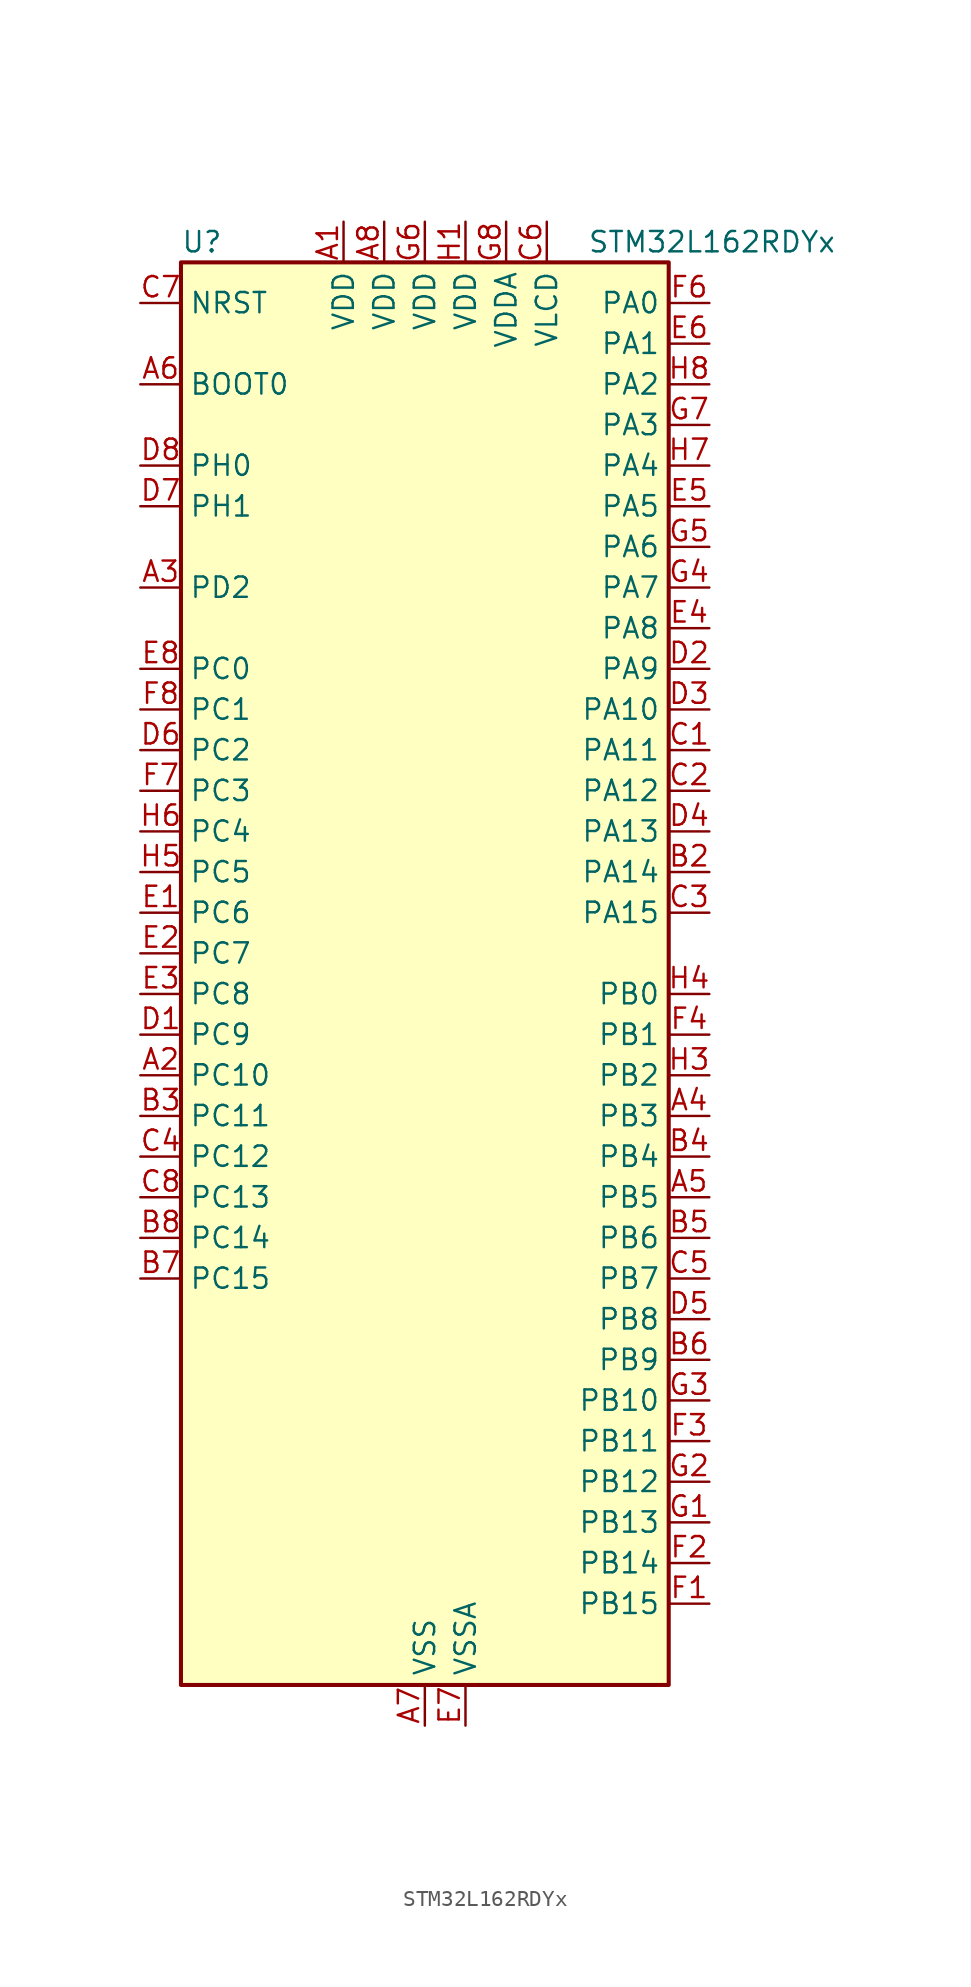
<source format=kicad_sym>
(kicad_symbol_lib
  (version 20231120)
  (generator "kicad-library-utils")
  (generator_version "8.0")
  (symbol "STM32L162RDYx"
    (property "Reference" "U"
      (at -15.24 46.99 0)
      (effects (font (size 1.27 1.27)) (justify left)))
    (property "Value" "STM32L162RDYx"
      (at 10.16 46.99 0)
      (effects (font (size 1.27 1.27)) (justify left)))
    (symbol "STM32L162RDYx_0_1"
      (rectangle (start -15.24 -43.18) (end 15.24 45.72) (stroke (width 0.254) (type default)) (fill (type background))))
    (symbol "STM32L162RDYx_1_1"
      (pin power_in line (at -5.08 48.26 270) (length 2.54) (name "VDD" (effects (font (size 1.27 1.27)))) (number "A1" (effects (font (size 1.27 1.27)))))
      (pin bidirectional line (at -17.78 -5.08 0) (length 2.54) (name "PC10" (effects (font (size 1.27 1.27)))) (number "A2" (effects (font (size 1.27 1.27)))) (alternate "I2S3_CK" bidirectional line) (alternate "LCD_COM4" bidirectional line) (alternate "LCD_SEG28" bidirectional line) (alternate "LCD_SEG40" bidirectional line) (alternate "SDIO_D2" bidirectional line) (alternate "SPI3_SCK" bidirectional line) (alternate "TIMX_IC3" bidirectional line) (alternate "UART4_TX" bidirectional line) (alternate "USART3_TX" bidirectional line))
      (pin bidirectional line (at -17.78 25.4 0) (length 2.54) (name "PD2" (effects (font (size 1.27 1.27)))) (number "A3" (effects (font (size 1.27 1.27)))) (alternate "LCD_COM7" bidirectional line) (alternate "LCD_SEG31" bidirectional line) (alternate "LCD_SEG43" bidirectional line) (alternate "SDIO_CMD" bidirectional line) (alternate "TIM3_ETR" bidirectional line) (alternate "TIMX_IC3" bidirectional line) (alternate "UART5_RX" bidirectional line))
      (pin bidirectional line (at 17.78 -7.62 180) (length 2.54) (name "PB3" (effects (font (size 1.27 1.27)))) (number "A4" (effects (font (size 1.27 1.27)))) (alternate "COMP2_INM" bidirectional line) (alternate "I2S3_CK" bidirectional line) (alternate "LCD_SEG7" bidirectional line) (alternate "SPI1_SCK" bidirectional line) (alternate "SPI3_SCK" bidirectional line) (alternate "SYS_JTDO-TRACESWO" bidirectional line) (alternate "TIM2_CH2" bidirectional line))
      (pin bidirectional line (at 17.78 -12.7 180) (length 2.54) (name "PB5" (effects (font (size 1.27 1.27)))) (number "A5" (effects (font (size 1.27 1.27)))) (alternate "COMP2_INP" bidirectional line) (alternate "I2C1_SMBA" bidirectional line) (alternate "I2S3_SD" bidirectional line) (alternate "LCD_SEG9" bidirectional line) (alternate "SPI1_MOSI" bidirectional line) (alternate "SPI3_MOSI" bidirectional line) (alternate "TIM3_CH2" bidirectional line) (alternate "TS_G6_IO2" bidirectional line))
      (pin input line (at -17.78 38.1 0) (length 2.54) (name "BOOT0" (effects (font (size 1.27 1.27)))) (number "A6" (effects (font (size 1.27 1.27)))))
      (pin power_in line (at 0 -45.72 90) (length 2.54) (name "VSS" (effects (font (size 1.27 1.27)))) (number "A7" (effects (font (size 1.27 1.27)))))
      (pin power_in line (at -2.54 48.26 270) (length 2.54) (name "VDD" (effects (font (size 1.27 1.27)))) (number "A8" (effects (font (size 1.27 1.27)))))
      (pin passive line (at 0 -45.72 90) (length 2.54) hide (name "VSS" (effects (font (size 1.27 1.27)))) (number "B1" (effects (font (size 1.27 1.27)))))
      (pin bidirectional line (at 17.78 7.62 180) (length 2.54) (name "PA14" (effects (font (size 1.27 1.27)))) (number "B2" (effects (font (size 1.27 1.27)))) (alternate "SYS_JTCK-SWCLK" bidirectional line) (alternate "TIMX_IC3" bidirectional line) (alternate "TS_G5_IO2" bidirectional line))
      (pin bidirectional line (at -17.78 -7.62 0) (length 2.54) (name "PC11" (effects (font (size 1.27 1.27)))) (number "B3" (effects (font (size 1.27 1.27)))) (alternate "ADC_EXTI11" bidirectional line) (alternate "LCD_COM5" bidirectional line) (alternate "LCD_SEG29" bidirectional line) (alternate "LCD_SEG41" bidirectional line) (alternate "SDIO_D3" bidirectional line) (alternate "SPI3_MISO" bidirectional line) (alternate "TIMX_IC4" bidirectional line) (alternate "UART4_RX" bidirectional line) (alternate "USART3_RX" bidirectional line))
      (pin bidirectional line (at 17.78 -10.16 180) (length 2.54) (name "PB4" (effects (font (size 1.27 1.27)))) (number "B4" (effects (font (size 1.27 1.27)))) (alternate "COMP2_INP" bidirectional line) (alternate "LCD_SEG8" bidirectional line) (alternate "SPI1_MISO" bidirectional line) (alternate "SPI3_MISO" bidirectional line) (alternate "SYS_JTRST" bidirectional line) (alternate "TIM3_CH1" bidirectional line) (alternate "TS_G6_IO1" bidirectional line))
      (pin bidirectional line (at 17.78 -15.24 180) (length 2.54) (name "PB6" (effects (font (size 1.27 1.27)))) (number "B5" (effects (font (size 1.27 1.27)))) (alternate "COMP2_INP" bidirectional line) (alternate "I2C1_SCL" bidirectional line) (alternate "TIM4_CH1" bidirectional line) (alternate "TS_G6_IO3" bidirectional line) (alternate "USART1_TX" bidirectional line))
      (pin bidirectional line (at 17.78 -22.86 180) (length 2.54) (name "PB9" (effects (font (size 1.27 1.27)))) (number "B6" (effects (font (size 1.27 1.27)))) (alternate "DAC_EXTI9" bidirectional line) (alternate "I2C1_SDA" bidirectional line) (alternate "LCD_COM3" bidirectional line) (alternate "SDIO_D5" bidirectional line) (alternate "TIM11_CH1" bidirectional line) (alternate "TIM4_CH4" bidirectional line))
      (pin bidirectional line (at -17.78 -17.78 0) (length 2.54) (name "PC15" (effects (font (size 1.27 1.27)))) (number "B7" (effects (font (size 1.27 1.27)))) (alternate "ADC_EXTI15" bidirectional line) (alternate "RCC_OSC32_OUT" bidirectional line) (alternate "TIMX_IC4" bidirectional line))
      (pin bidirectional line (at -17.78 -15.24 0) (length 2.54) (name "PC14" (effects (font (size 1.27 1.27)))) (number "B8" (effects (font (size 1.27 1.27)))) (alternate "RCC_OSC32_IN" bidirectional line) (alternate "TIMX_IC3" bidirectional line))
      (pin bidirectional line (at 17.78 15.24 180) (length 2.54) (name "PA11" (effects (font (size 1.27 1.27)))) (number "C1" (effects (font (size 1.27 1.27)))) (alternate "ADC_EXTI11" bidirectional line) (alternate "SPI1_MISO" bidirectional line) (alternate "TIMX_IC4" bidirectional line) (alternate "USART1_CTS" bidirectional line) (alternate "USB_DM" bidirectional line))
      (pin bidirectional line (at 17.78 12.7 180) (length 2.54) (name "PA12" (effects (font (size 1.27 1.27)))) (number "C2" (effects (font (size 1.27 1.27)))) (alternate "SPI1_MOSI" bidirectional line) (alternate "TIMX_IC1" bidirectional line) (alternate "USART1_RTS" bidirectional line) (alternate "USB_DP" bidirectional line))
      (pin bidirectional line (at 17.78 5.08 180) (length 2.54) (name "PA15" (effects (font (size 1.27 1.27)))) (number "C3" (effects (font (size 1.27 1.27)))) (alternate "ADC_EXTI15" bidirectional line) (alternate "I2S3_WS" bidirectional line) (alternate "LCD_SEG17" bidirectional line) (alternate "SPI1_NSS" bidirectional line) (alternate "SPI3_NSS" bidirectional line) (alternate "SYS_JTDI" bidirectional line) (alternate "TIM2_CH1" bidirectional line) (alternate "TIM2_ETR" bidirectional line) (alternate "TIMX_IC4" bidirectional line) (alternate "TS_G5_IO3" bidirectional line))
      (pin bidirectional line (at -17.78 -10.16 0) (length 2.54) (name "PC12" (effects (font (size 1.27 1.27)))) (number "C4" (effects (font (size 1.27 1.27)))) (alternate "I2S3_SD" bidirectional line) (alternate "LCD_COM6" bidirectional line) (alternate "LCD_SEG30" bidirectional line) (alternate "LCD_SEG42" bidirectional line) (alternate "SDIO_CK" bidirectional line) (alternate "SPI3_MOSI" bidirectional line) (alternate "TIMX_IC1" bidirectional line) (alternate "UART5_TX" bidirectional line) (alternate "USART3_CK" bidirectional line))
      (pin bidirectional line (at 17.78 -17.78 180) (length 2.54) (name "PB7" (effects (font (size 1.27 1.27)))) (number "C5" (effects (font (size 1.27 1.27)))) (alternate "COMP2_INP" bidirectional line) (alternate "I2C1_SDA" bidirectional line) (alternate "SYS_PVD_IN" bidirectional line) (alternate "TIM4_CH2" bidirectional line) (alternate "TS_G6_IO4" bidirectional line) (alternate "USART1_RX" bidirectional line))
      (pin power_in line (at 7.62 48.26 270) (length 2.54) (name "VLCD" (effects (font (size 1.27 1.27)))) (number "C6" (effects (font (size 1.27 1.27)))))
      (pin input line (at -17.78 43.18 0) (length 2.54) (name "NRST" (effects (font (size 1.27 1.27)))) (number "C7" (effects (font (size 1.27 1.27)))))
      (pin bidirectional line (at -17.78 -12.7 0) (length 2.54) (name "PC13" (effects (font (size 1.27 1.27)))) (number "C8" (effects (font (size 1.27 1.27)))) (alternate "RTC_OUT_ALARM" bidirectional line) (alternate "RTC_OUT_CALIB" bidirectional line) (alternate "RTC_TAMP1" bidirectional line) (alternate "RTC_TS" bidirectional line) (alternate "SYS_WKUP2" bidirectional line) (alternate "TIMX_IC2" bidirectional line))
      (pin bidirectional line (at -17.78 -2.54 0) (length 2.54) (name "PC9" (effects (font (size 1.27 1.27)))) (number "D1" (effects (font (size 1.27 1.27)))) (alternate "DAC_EXTI9" bidirectional line) (alternate "LCD_SEG27" bidirectional line) (alternate "SDIO_D1" bidirectional line) (alternate "TIM3_CH4" bidirectional line) (alternate "TIMX_IC2" bidirectional line) (alternate "TS_G10_IO4" bidirectional line))
      (pin bidirectional line (at 17.78 20.32 180) (length 2.54) (name "PA9" (effects (font (size 1.27 1.27)))) (number "D2" (effects (font (size 1.27 1.27)))) (alternate "DAC_EXTI9" bidirectional line) (alternate "LCD_COM1" bidirectional line) (alternate "TIMX_IC2" bidirectional line) (alternate "TS_G4_IO2" bidirectional line) (alternate "USART1_TX" bidirectional line))
      (pin bidirectional line (at 17.78 17.78 180) (length 2.54) (name "PA10" (effects (font (size 1.27 1.27)))) (number "D3" (effects (font (size 1.27 1.27)))) (alternate "LCD_COM2" bidirectional line) (alternate "TIMX_IC3" bidirectional line) (alternate "TS_G4_IO3" bidirectional line) (alternate "USART1_RX" bidirectional line))
      (pin bidirectional line (at 17.78 10.16 180) (length 2.54) (name "PA13" (effects (font (size 1.27 1.27)))) (number "D4" (effects (font (size 1.27 1.27)))) (alternate "SYS_JTMS-SWDIO" bidirectional line) (alternate "TIMX_IC2" bidirectional line) (alternate "TS_G5_IO1" bidirectional line))
      (pin bidirectional line (at 17.78 -20.32 180) (length 2.54) (name "PB8" (effects (font (size 1.27 1.27)))) (number "D5" (effects (font (size 1.27 1.27)))) (alternate "I2C1_SCL" bidirectional line) (alternate "LCD_SEG16" bidirectional line) (alternate "SDIO_D4" bidirectional line) (alternate "TIM10_CH1" bidirectional line) (alternate "TIM4_CH3" bidirectional line))
      (pin bidirectional line (at -17.78 15.24 0) (length 2.54) (name "PC2" (effects (font (size 1.27 1.27)))) (number "D6" (effects (font (size 1.27 1.27)))) (alternate "ADC_IN12" bidirectional line) (alternate "COMP1_INP" bidirectional line) (alternate "LCD_SEG20" bidirectional line) (alternate "OPAMP3_VINM" bidirectional line) (alternate "TIMX_IC3" bidirectional line) (alternate "TS_G8_IO3" bidirectional line))
      (pin bidirectional line (at -17.78 30.48 0) (length 2.54) (name "PH1" (effects (font (size 1.27 1.27)))) (number "D7" (effects (font (size 1.27 1.27)))) (alternate "RCC_OSC_OUT" bidirectional line))
      (pin bidirectional line (at -17.78 33.02 0) (length 2.54) (name "PH0" (effects (font (size 1.27 1.27)))) (number "D8" (effects (font (size 1.27 1.27)))) (alternate "RCC_OSC_IN" bidirectional line))
      (pin bidirectional line (at -17.78 5.08 0) (length 2.54) (name "PC6" (effects (font (size 1.27 1.27)))) (number "E1" (effects (font (size 1.27 1.27)))) (alternate "I2S2_MCK" bidirectional line) (alternate "LCD_SEG24" bidirectional line) (alternate "SDIO_D6" bidirectional line) (alternate "TIM3_CH1" bidirectional line) (alternate "TIMX_IC3" bidirectional line) (alternate "TS_G10_IO1" bidirectional line))
      (pin bidirectional line (at -17.78 2.54 0) (length 2.54) (name "PC7" (effects (font (size 1.27 1.27)))) (number "E2" (effects (font (size 1.27 1.27)))) (alternate "I2S3_MCK" bidirectional line) (alternate "LCD_SEG25" bidirectional line) (alternate "SDIO_D7" bidirectional line) (alternate "TIM3_CH2" bidirectional line) (alternate "TIMX_IC4" bidirectional line) (alternate "TS_G10_IO2" bidirectional line))
      (pin bidirectional line (at -17.78 0 0) (length 2.54) (name "PC8" (effects (font (size 1.27 1.27)))) (number "E3" (effects (font (size 1.27 1.27)))) (alternate "LCD_SEG26" bidirectional line) (alternate "SDIO_D0" bidirectional line) (alternate "TIM3_CH3" bidirectional line) (alternate "TIMX_IC1" bidirectional line) (alternate "TS_G10_IO3" bidirectional line))
      (pin bidirectional line (at 17.78 22.86 180) (length 2.54) (name "PA8" (effects (font (size 1.27 1.27)))) (number "E4" (effects (font (size 1.27 1.27)))) (alternate "LCD_COM0" bidirectional line) (alternate "RCC_MCO" bidirectional line) (alternate "TIMX_IC1" bidirectional line) (alternate "TS_G4_IO1" bidirectional line) (alternate "USART1_CK" bidirectional line))
      (pin bidirectional line (at 17.78 30.48 180) (length 2.54) (name "PA5" (effects (font (size 1.27 1.27)))) (number "E5" (effects (font (size 1.27 1.27)))) (alternate "ADC_IN5" bidirectional line) (alternate "COMP1_INP" bidirectional line) (alternate "DAC_OUT2" bidirectional line) (alternate "SPI1_SCK" bidirectional line) (alternate "TIM2_CH1" bidirectional line) (alternate "TIM2_ETR" bidirectional line) (alternate "TIMX_IC2" bidirectional line))
      (pin bidirectional line (at 17.78 40.64 180) (length 2.54) (name "PA1" (effects (font (size 1.27 1.27)))) (number "E6" (effects (font (size 1.27 1.27)))) (alternate "ADC_IN1" bidirectional line) (alternate "COMP1_INP" bidirectional line) (alternate "LCD_SEG0" bidirectional line) (alternate "OPAMP1_VINP" bidirectional line) (alternate "TIM2_CH2" bidirectional line) (alternate "TIM5_CH2" bidirectional line) (alternate "TIMX_IC2" bidirectional line) (alternate "TS_G1_IO2" bidirectional line) (alternate "USART2_RTS" bidirectional line))
      (pin power_in line (at 2.54 -45.72 90) (length 2.54) (name "VSSA" (effects (font (size 1.27 1.27)))) (number "E7" (effects (font (size 1.27 1.27)))))
      (pin bidirectional line (at -17.78 20.32 0) (length 2.54) (name "PC0" (effects (font (size 1.27 1.27)))) (number "E8" (effects (font (size 1.27 1.27)))) (alternate "ADC_IN10" bidirectional line) (alternate "COMP1_INP" bidirectional line) (alternate "LCD_SEG18" bidirectional line) (alternate "TIMX_IC1" bidirectional line) (alternate "TS_G8_IO1" bidirectional line))
      (pin bidirectional line (at 17.78 -38.1 180) (length 2.54) (name "PB15" (effects (font (size 1.27 1.27)))) (number "F1" (effects (font (size 1.27 1.27)))) (alternate "ADC_EXTI15" bidirectional line) (alternate "ADC_IN21" bidirectional line) (alternate "COMP1_INP" bidirectional line) (alternate "I2S2_SD" bidirectional line) (alternate "LCD_SEG15" bidirectional line) (alternate "RTC_REFIN" bidirectional line) (alternate "SPI2_MOSI" bidirectional line) (alternate "TIM11_CH1" bidirectional line) (alternate "TS_G7_IO4" bidirectional line))
      (pin bidirectional line (at 17.78 -35.56 180) (length 2.54) (name "PB14" (effects (font (size 1.27 1.27)))) (number "F2" (effects (font (size 1.27 1.27)))) (alternate "ADC_IN20" bidirectional line) (alternate "COMP1_INP" bidirectional line) (alternate "LCD_SEG14" bidirectional line) (alternate "SPI2_MISO" bidirectional line) (alternate "TIM9_CH2" bidirectional line) (alternate "TS_G7_IO3" bidirectional line) (alternate "USART3_RTS" bidirectional line))
      (pin bidirectional line (at 17.78 -27.94 180) (length 2.54) (name "PB11" (effects (font (size 1.27 1.27)))) (number "F3" (effects (font (size 1.27 1.27)))) (alternate "ADC_EXTI11" bidirectional line) (alternate "I2C2_SDA" bidirectional line) (alternate "LCD_SEG11" bidirectional line) (alternate "TIM2_CH4" bidirectional line) (alternate "USART3_RX" bidirectional line))
      (pin bidirectional line (at 17.78 -2.54 180) (length 2.54) (name "PB1" (effects (font (size 1.27 1.27)))) (number "F4" (effects (font (size 1.27 1.27)))) (alternate "ADC_IN9" bidirectional line) (alternate "COMP1_INP" bidirectional line) (alternate "LCD_SEG6" bidirectional line) (alternate "SYS_V_REF_OUT" bidirectional line) (alternate "TIM3_CH4" bidirectional line) (alternate "TS_G3_IO2" bidirectional line))
      (pin passive line (at 0 -45.72 90) (length 2.54) hide (name "VSS" (effects (font (size 1.27 1.27)))) (number "F5" (effects (font (size 1.27 1.27)))))
      (pin bidirectional line (at 17.78 43.18 180) (length 2.54) (name "PA0" (effects (font (size 1.27 1.27)))) (number "F6" (effects (font (size 1.27 1.27)))) (alternate "ADC_IN0" bidirectional line) (alternate "COMP1_INP" bidirectional line) (alternate "RTC_TAMP2" bidirectional line) (alternate "SYS_WKUP1" bidirectional line) (alternate "TIM2_CH1" bidirectional line) (alternate "TIM2_ETR" bidirectional line) (alternate "TIM5_CH1" bidirectional line) (alternate "TIMX_IC1" bidirectional line) (alternate "TS_G1_IO1" bidirectional line) (alternate "USART2_CTS" bidirectional line))
      (pin bidirectional line (at -17.78 12.7 0) (length 2.54) (name "PC3" (effects (font (size 1.27 1.27)))) (number "F7" (effects (font (size 1.27 1.27)))) (alternate "ADC_IN13" bidirectional line) (alternate "COMP1_INP" bidirectional line) (alternate "LCD_SEG21" bidirectional line) (alternate "OPAMP3_VOUT" bidirectional line) (alternate "TIMX_IC4" bidirectional line) (alternate "TS_G8_IO4" bidirectional line))
      (pin bidirectional line (at -17.78 17.78 0) (length 2.54) (name "PC1" (effects (font (size 1.27 1.27)))) (number "F8" (effects (font (size 1.27 1.27)))) (alternate "ADC_IN11" bidirectional line) (alternate "COMP1_INP" bidirectional line) (alternate "LCD_SEG19" bidirectional line) (alternate "OPAMP3_VINP" bidirectional line) (alternate "TIMX_IC2" bidirectional line) (alternate "TS_G8_IO2" bidirectional line))
      (pin bidirectional line (at 17.78 -33.02 180) (length 2.54) (name "PB13" (effects (font (size 1.27 1.27)))) (number "G1" (effects (font (size 1.27 1.27)))) (alternate "ADC_IN19" bidirectional line) (alternate "COMP1_INP" bidirectional line) (alternate "I2S2_CK" bidirectional line) (alternate "LCD_SEG13" bidirectional line) (alternate "SPI2_SCK" bidirectional line) (alternate "TIM9_CH1" bidirectional line) (alternate "TS_G7_IO2" bidirectional line) (alternate "USART3_CTS" bidirectional line))
      (pin bidirectional line (at 17.78 -30.48 180) (length 2.54) (name "PB12" (effects (font (size 1.27 1.27)))) (number "G2" (effects (font (size 1.27 1.27)))) (alternate "ADC_IN18" bidirectional line) (alternate "COMP1_INP" bidirectional line) (alternate "I2C2_SMBA" bidirectional line) (alternate "I2S2_WS" bidirectional line) (alternate "LCD_SEG12" bidirectional line) (alternate "SPI2_NSS" bidirectional line) (alternate "TIM10_CH1" bidirectional line) (alternate "TS_G7_IO1" bidirectional line) (alternate "USART3_CK" bidirectional line))
      (pin bidirectional line (at 17.78 -25.4 180) (length 2.54) (name "PB10" (effects (font (size 1.27 1.27)))) (number "G3" (effects (font (size 1.27 1.27)))) (alternate "I2C2_SCL" bidirectional line) (alternate "LCD_SEG10" bidirectional line) (alternate "TIM2_CH3" bidirectional line) (alternate "USART3_TX" bidirectional line))
      (pin bidirectional line (at 17.78 25.4 180) (length 2.54) (name "PA7" (effects (font (size 1.27 1.27)))) (number "G4" (effects (font (size 1.27 1.27)))) (alternate "ADC_IN7" bidirectional line) (alternate "COMP1_INP" bidirectional line) (alternate "LCD_SEG4" bidirectional line) (alternate "OPAMP2_VINM" bidirectional line) (alternate "SPI1_MOSI" bidirectional line) (alternate "TIM11_CH1" bidirectional line) (alternate "TIM3_CH2" bidirectional line) (alternate "TIMX_IC4" bidirectional line) (alternate "TS_G2_IO2" bidirectional line))
      (pin bidirectional line (at 17.78 27.94 180) (length 2.54) (name "PA6" (effects (font (size 1.27 1.27)))) (number "G5" (effects (font (size 1.27 1.27)))) (alternate "ADC_IN6" bidirectional line) (alternate "COMP1_INP" bidirectional line) (alternate "LCD_SEG3" bidirectional line) (alternate "OPAMP2_VINP" bidirectional line) (alternate "SPI1_MISO" bidirectional line) (alternate "TIM10_CH1" bidirectional line) (alternate "TIM3_CH1" bidirectional line) (alternate "TIMX_IC3" bidirectional line) (alternate "TS_G2_IO1" bidirectional line))
      (pin power_in line (at 0 48.26 270) (length 2.54) (name "VDD" (effects (font (size 1.27 1.27)))) (number "G6" (effects (font (size 1.27 1.27)))))
      (pin bidirectional line (at 17.78 35.56 180) (length 2.54) (name "PA3" (effects (font (size 1.27 1.27)))) (number "G7" (effects (font (size 1.27 1.27)))) (alternate "ADC_IN3" bidirectional line) (alternate "COMP1_INP" bidirectional line) (alternate "LCD_SEG2" bidirectional line) (alternate "OPAMP1_VOUT" bidirectional line) (alternate "TIM2_CH4" bidirectional line) (alternate "TIM5_CH4" bidirectional line) (alternate "TIM9_CH2" bidirectional line) (alternate "TIMX_IC4" bidirectional line) (alternate "TS_G1_IO4" bidirectional line) (alternate "USART2_RX" bidirectional line))
      (pin power_in line (at 5.08 48.26 270) (length 2.54) (name "VDDA" (effects (font (size 1.27 1.27)))) (number "G8" (effects (font (size 1.27 1.27)))))
      (pin power_in line (at 2.54 48.26 270) (length 2.54) (name "VDD" (effects (font (size 1.27 1.27)))) (number "H1" (effects (font (size 1.27 1.27)))))
      (pin passive line (at 0 -45.72 90) (length 2.54) hide (name "VSS" (effects (font (size 1.27 1.27)))) (number "H2" (effects (font (size 1.27 1.27)))))
      (pin bidirectional line (at 17.78 -5.08 180) (length 2.54) (name "PB2" (effects (font (size 1.27 1.27)))) (number "H3" (effects (font (size 1.27 1.27)))) (alternate "TS_G3_IO3" bidirectional line))
      (pin bidirectional line (at 17.78 0 180) (length 2.54) (name "PB0" (effects (font (size 1.27 1.27)))) (number "H4" (effects (font (size 1.27 1.27)))) (alternate "ADC_IN8" bidirectional line) (alternate "COMP1_INP" bidirectional line) (alternate "LCD_SEG5" bidirectional line) (alternate "OPAMP2_VOUT" bidirectional line) (alternate "SYS_V_REF_OUT" bidirectional line) (alternate "TIM3_CH3" bidirectional line) (alternate "TS_G3_IO1" bidirectional line))
      (pin bidirectional line (at -17.78 7.62 0) (length 2.54) (name "PC5" (effects (font (size 1.27 1.27)))) (number "H5" (effects (font (size 1.27 1.27)))) (alternate "ADC_IN15" bidirectional line) (alternate "COMP1_INP" bidirectional line) (alternate "LCD_SEG23" bidirectional line) (alternate "TIMX_IC2" bidirectional line) (alternate "TS_G9_IO2" bidirectional line))
      (pin bidirectional line (at -17.78 10.16 0) (length 2.54) (name "PC4" (effects (font (size 1.27 1.27)))) (number "H6" (effects (font (size 1.27 1.27)))) (alternate "ADC_IN14" bidirectional line) (alternate "COMP1_INP" bidirectional line) (alternate "LCD_SEG22" bidirectional line) (alternate "TIMX_IC1" bidirectional line) (alternate "TS_G9_IO1" bidirectional line))
      (pin bidirectional line (at 17.78 33.02 180) (length 2.54) (name "PA4" (effects (font (size 1.27 1.27)))) (number "H7" (effects (font (size 1.27 1.27)))) (alternate "ADC_IN4" bidirectional line) (alternate "COMP1_INP" bidirectional line) (alternate "DAC_OUT1" bidirectional line) (alternate "I2S3_WS" bidirectional line) (alternate "SPI1_NSS" bidirectional line) (alternate "SPI3_NSS" bidirectional line) (alternate "TIMX_IC1" bidirectional line) (alternate "USART2_CK" bidirectional line))
      (pin bidirectional line (at 17.78 38.1 180) (length 2.54) (name "PA2" (effects (font (size 1.27 1.27)))) (number "H8" (effects (font (size 1.27 1.27)))) (alternate "ADC_IN2" bidirectional line) (alternate "COMP1_INP" bidirectional line) (alternate "LCD_SEG1" bidirectional line) (alternate "OPAMP1_VINM" bidirectional line) (alternate "TIM2_CH3" bidirectional line) (alternate "TIM5_CH3" bidirectional line) (alternate "TIM9_CH1" bidirectional line) (alternate "TIMX_IC3" bidirectional line) (alternate "TS_G1_IO3" bidirectional line) (alternate "USART2_TX" bidirectional line)))))
</source>
